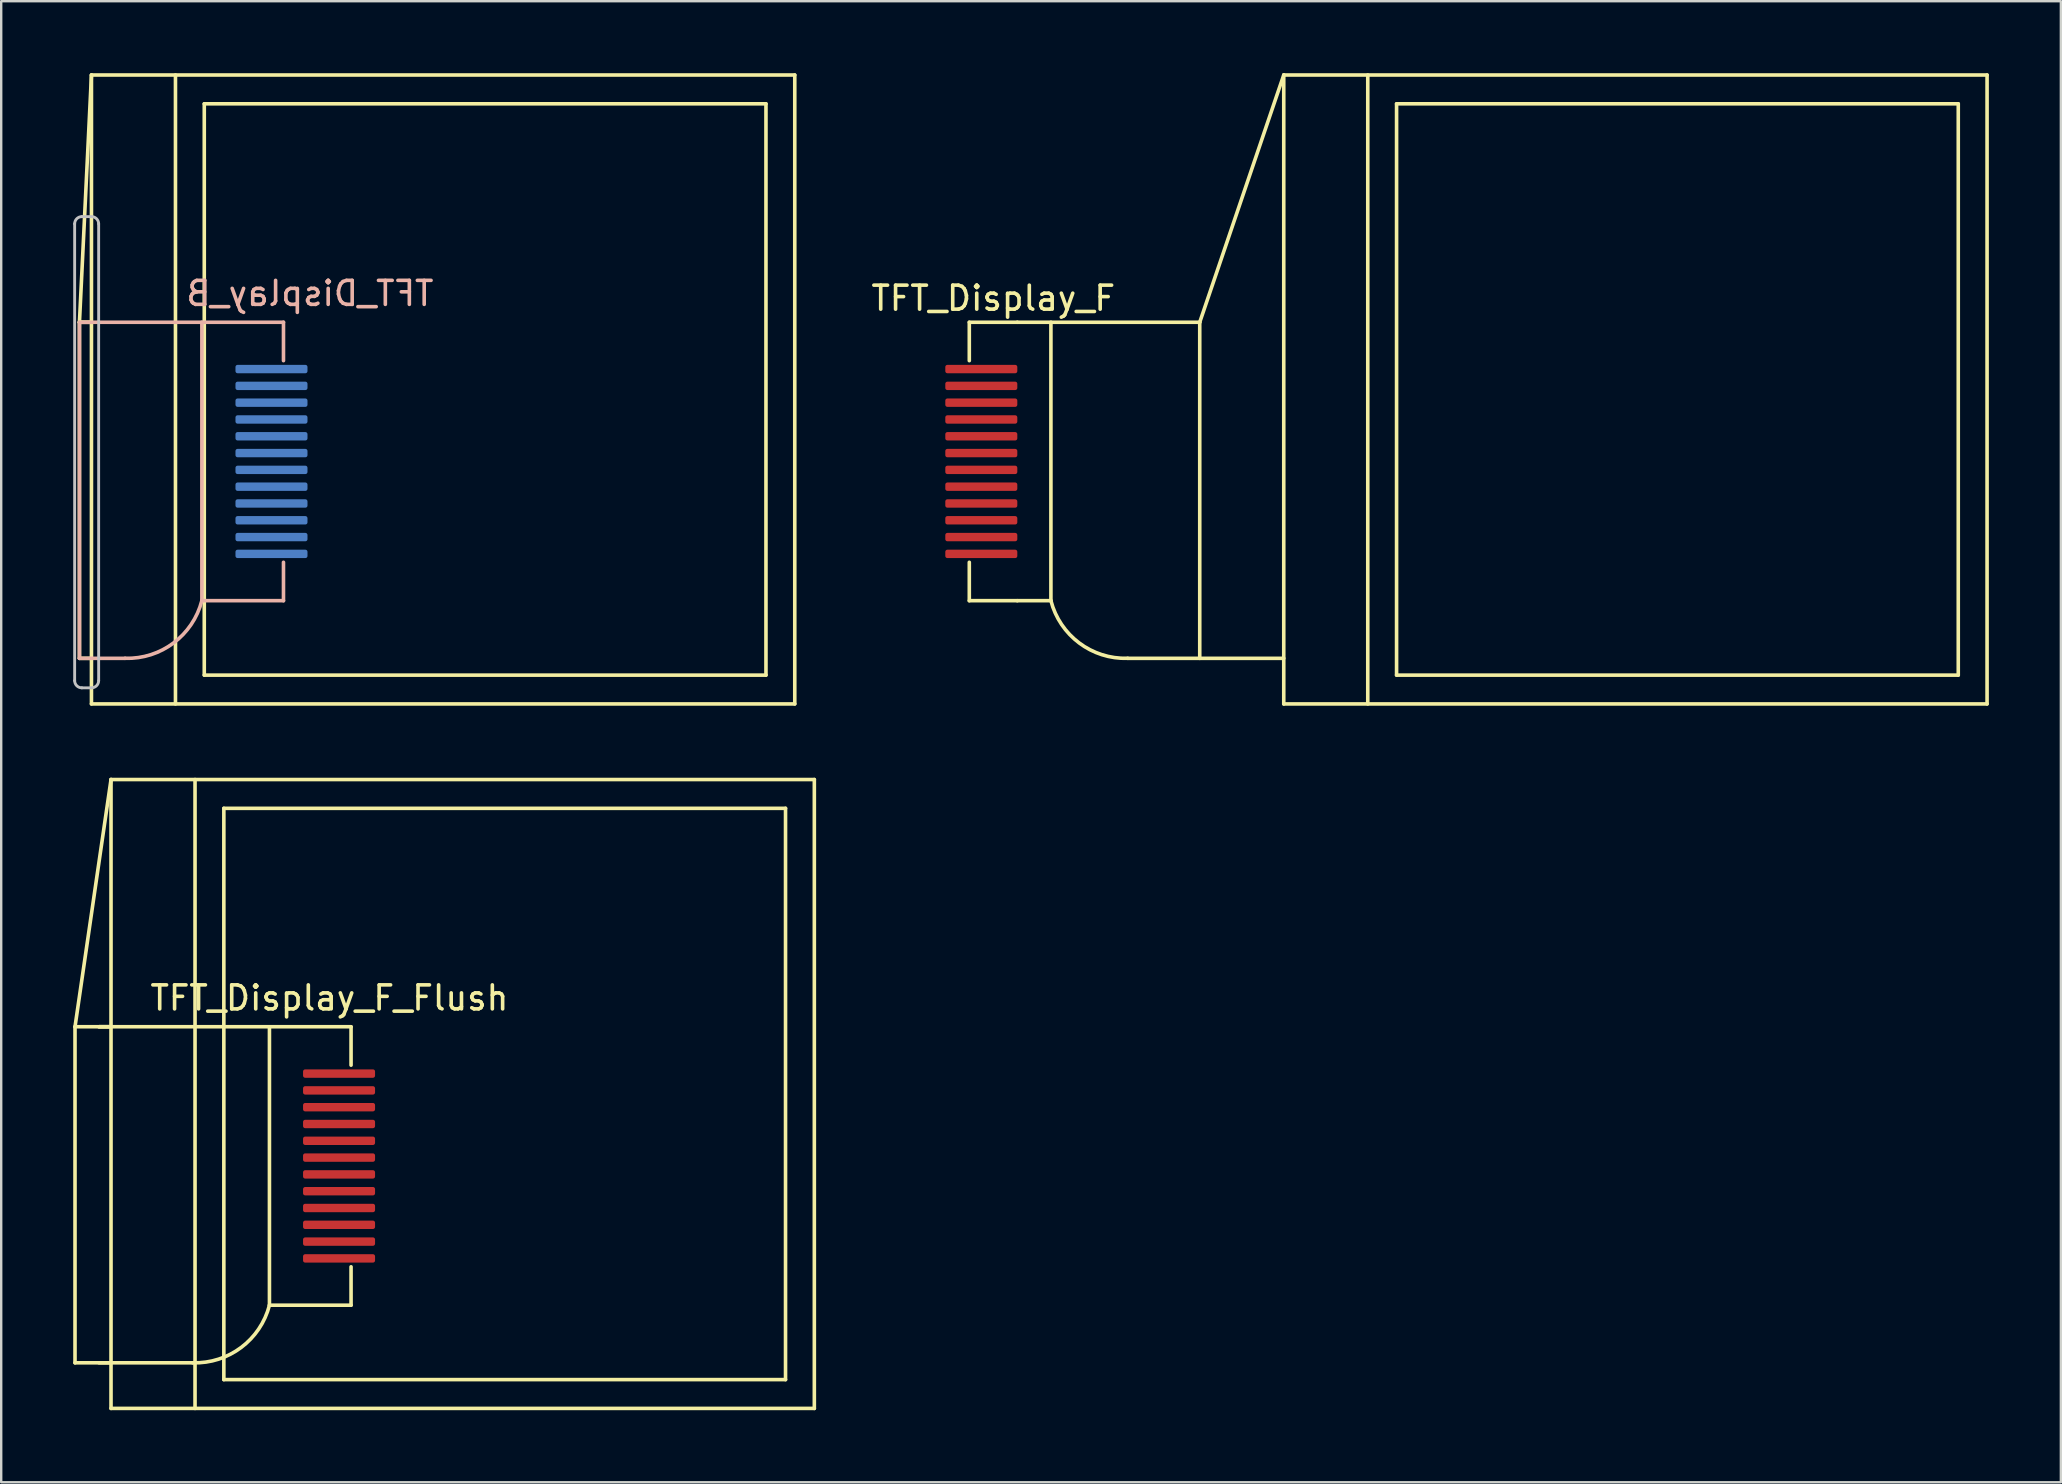
<source format=kicad_pcb>
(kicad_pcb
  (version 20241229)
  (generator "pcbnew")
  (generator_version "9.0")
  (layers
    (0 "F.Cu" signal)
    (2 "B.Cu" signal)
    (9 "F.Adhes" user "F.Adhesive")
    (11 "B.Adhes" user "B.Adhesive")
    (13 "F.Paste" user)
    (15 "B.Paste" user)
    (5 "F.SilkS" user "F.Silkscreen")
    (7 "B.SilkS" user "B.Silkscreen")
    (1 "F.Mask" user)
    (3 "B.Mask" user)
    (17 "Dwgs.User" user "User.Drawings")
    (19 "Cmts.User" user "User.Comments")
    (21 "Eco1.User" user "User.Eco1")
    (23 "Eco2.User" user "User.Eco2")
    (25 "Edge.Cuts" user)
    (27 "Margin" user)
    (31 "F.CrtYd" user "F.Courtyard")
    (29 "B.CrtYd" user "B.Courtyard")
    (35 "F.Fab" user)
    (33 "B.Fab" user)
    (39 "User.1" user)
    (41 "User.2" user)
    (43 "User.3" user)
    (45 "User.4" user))
  (footprint "TFT_Display_F_Flush"
    (layer "F.Cu")
    (at 16.975 43.525)
    (property "Reference" "TFT_Display_F_Flush" (at -6.3 -5 0) (layer "F.SilkS") (effects (font (size 1 1) (thickness 0.15))))
    (attr through_hole)
    (fp_line (start -16.9 -3.8) (end -16.9 10.2) (stroke (width 0.15) (type solid)) (layer "F.SilkS"))
    (fp_line (start -16.9 -3.8) (end -15.4 -14.1) (stroke (width 0.15) (type solid)) (layer "F.SilkS"))
    (fp_line (start -16.9 10.2) (end -15.4 10.2) (stroke (width 0.15) (type solid)) (layer "F.SilkS"))
    (fp_line (start -15.9 -3.8) (end -15.4 -3.8) (stroke (width 0.15) (type solid)) (layer "F.SilkS"))
    (fp_line (start -15.4 -14.1) (end -15.4 12.1) (stroke (width 0.15) (type solid)) (layer "F.SilkS"))
    (fp_line (start -15.4 -14.1) (end 13.9 -14.1) (stroke (width 0.15) (type solid)) (layer "F.SilkS"))
    (fp_line (start -15.4 -3.8) (end -15.9 -3.8) (stroke (width 0.15) (type solid)) (layer "F.SilkS"))
    (fp_line (start -12 10.2) (end -15.9 10.2) (stroke (width 0.15) (type solid)) (layer "F.SilkS"))
    (fp_line (start -11.9 12.1) (end -11.9 -14.1) (stroke (width 0.15) (type solid)) (layer "F.SilkS"))
    (fp_line (start -10.7 -12.9) (end 12.7 -12.9) (stroke (width 0.15) (type solid)) (layer "F.SilkS"))
    (fp_line (start -10.7 10.9) (end -10.7 -12.9) (stroke (width 0.15) (type solid)) (layer "F.SilkS"))
    (fp_line (start -8.8 7.8) (end -8.8 -3.8) (stroke (width 0.15) (type solid)) (layer "F.SilkS"))
    (fp_line (start -5.4 -3.8) (end -16.9 -3.8) (stroke (width 0.15) (type solid)) (layer "F.SilkS"))
    (fp_line (start -5.4 -2.2) (end -5.4 -3.8) (stroke (width 0.15) (type solid)) (layer "F.SilkS"))
    (fp_line (start -5.4 6.2) (end -5.4 7.8) (stroke (width 0.15) (type solid)) (layer "F.SilkS"))
    (fp_line (start -5.4 7.8) (end -8.8 7.8) (stroke (width 0.15) (type solid)) (layer "F.SilkS"))
    (fp_line (start 12.7 -12.9) (end 12.7 10.9) (stroke (width 0.15) (type solid)) (layer "F.SilkS"))
    (fp_line (start 12.7 10.9) (end -10.7 10.9) (stroke (width 0.15) (type solid)) (layer "F.SilkS"))
    (fp_line (start 13.9 -14.1) (end 13.9 12.1) (stroke (width 0.15) (type solid)) (layer "F.SilkS"))
    (fp_line (start 13.9 12.1) (end -15.4 12.1) (stroke (width 0.15) (type solid)) (layer "F.SilkS"))
    (fp_arc (start -8.8 7.8) (mid -9.978624 9.560921) (end -11.998903 10.200034) (stroke (width 0.15) (type solid)) (layer "F.SilkS"))
    (pad "1" smd roundrect (at -5.9 5.85) (size 3 0.35) (layers "F.Cu" "F.Mask" "F.Paste") (roundrect_rratio 0.25))
    (pad "2" smd roundrect (at -5.9 5.15) (size 3 0.35) (layers "F.Cu" "F.Mask" "F.Paste") (roundrect_rratio 0.25))
    (pad "3" smd roundrect (at -5.9 4.45) (size 3 0.35) (layers "F.Cu" "F.Mask" "F.Paste") (roundrect_rratio 0.25))
    (pad "4" smd roundrect (at -5.9 3.75) (size 3 0.35) (layers "F.Cu" "F.Mask" "F.Paste") (roundrect_rratio 0.25))
    (pad "5" smd roundrect (at -5.9 3.05) (size 3 0.35) (layers "F.Cu" "F.Mask" "F.Paste") (roundrect_rratio 0.25))
    (pad "6" smd roundrect (at -5.9 2.35) (size 3 0.35) (layers "F.Cu" "F.Mask" "F.Paste") (roundrect_rratio 0.25))
    (pad "7" smd roundrect (at -5.9 1.65) (size 3 0.35) (layers "F.Cu" "F.Mask" "F.Paste") (roundrect_rratio 0.25))
    (pad "8" smd roundrect (at -5.9 0.95) (size 3 0.35) (layers "F.Cu" "F.Mask" "F.Paste") (roundrect_rratio 0.25))
    (pad "9" smd roundrect (at -5.9 0.25) (size 3 0.35) (layers "F.Cu" "F.Mask" "F.Paste") (roundrect_rratio 0.25))
    (pad "10" smd roundrect (at -5.9 -0.45) (size 3 0.35) (layers "F.Cu" "F.Mask" "F.Paste") (roundrect_rratio 0.25))
    (pad "11" smd roundrect (at -5.9 -1.15) (size 3 0.35) (layers "F.Cu" "F.Mask" "F.Paste") (roundrect_rratio 0.25))
    (pad "12" smd roundrect (at -5.9 -1.85) (size 3 0.35) (layers "F.Cu" "F.Mask" "F.Paste") (roundrect_rratio 0.25)))
  (footprint "TFT_Display_F"
    (layer "F.Cu")
    (at 66.631 13.375)
    (property "Reference" "TFT_Display_F" (at -28.3 -4 0) (layer "F.SilkS") (effects (font (size 1 1) (thickness 0.15))))
    (attr through_hole)
    (fp_line (start -29.3 -3) (end -27.3 -3) (stroke (width 0.15) (type solid)) (layer "F.SilkS"))
    (fp_line (start -29.3 -1.4) (end -29.3 -3) (stroke (width 0.15) (type solid)) (layer "F.SilkS"))
    (fp_line (start -29.3 7) (end -29.3 8.6) (stroke (width 0.15) (type solid)) (layer "F.SilkS"))
    (fp_line (start -29.3 8.6) (end -27.3 8.6) (stroke (width 0.15) (type solid)) (layer "F.SilkS"))
    (fp_line (start -27.3 -3) (end -19.7 -3) (stroke (width 0.15) (type solid)) (layer "F.SilkS"))
    (fp_line (start -27.3 8.6) (end -25.9 8.6) (stroke (width 0.15) (type solid)) (layer "F.SilkS"))
    (fp_line (start -25.9 8.6) (end -25.9 -3) (stroke (width 0.15) (type solid)) (layer "F.SilkS"))
    (fp_line (start -19.7 -3) (end -19.7 11) (stroke (width 0.15) (type solid)) (layer "F.SilkS"))
    (fp_line (start -19.7 -3) (end -16.2 -13.3) (stroke (width 0.15) (type solid)) (layer "F.SilkS"))
    (fp_line (start -19.7 11) (end -22.7 11) (stroke (width 0.15) (type solid)) (layer "F.SilkS"))
    (fp_line (start -19.7 11) (end -16.2 11) (stroke (width 0.15) (type solid)) (layer "F.SilkS"))
    (fp_line (start -16.2 -13.3) (end -16.2 12.9) (stroke (width 0.15) (type solid)) (layer "F.SilkS"))
    (fp_line (start -16.2 -13.3) (end 13.1 -13.3) (stroke (width 0.15) (type solid)) (layer "F.SilkS"))
    (fp_line (start -12.7 12.9) (end -12.7 -13.3) (stroke (width 0.15) (type solid)) (layer "F.SilkS"))
    (fp_line (start -11.5 -12.1) (end 11.9 -12.1) (stroke (width 0.15) (type solid)) (layer "F.SilkS"))
    (fp_line (start -11.5 11.7) (end -11.5 -12.1) (stroke (width 0.15) (type solid)) (layer "F.SilkS"))
    (fp_line (start 11.9 -12.1) (end 11.9 11.7) (stroke (width 0.15) (type solid)) (layer "F.SilkS"))
    (fp_line (start 11.9 11.7) (end -11.5 11.7) (stroke (width 0.15) (type solid)) (layer "F.SilkS"))
    (fp_line (start 13.1 -13.3) (end 13.1 12.9) (stroke (width 0.15) (type solid)) (layer "F.SilkS"))
    (fp_line (start 13.1 12.9) (end -16.2 12.9) (stroke (width 0.15) (type solid)) (layer "F.SilkS"))
    (fp_arc (start -22.7 10.999999) (mid -24.720937 10.361249) (end -25.899999 8.599999) (stroke (width 0.15) (type solid)) (layer "F.SilkS"))
    (pad "1" smd roundrect (at -28.8 6.65) (size 3 0.35) (layers "F.Cu" "F.Mask" "F.Paste") (roundrect_rratio 0.25))
    (pad "2" smd roundrect (at -28.8 5.95) (size 3 0.35) (layers "F.Cu" "F.Mask" "F.Paste") (roundrect_rratio 0.25))
    (pad "3" smd roundrect (at -28.8 5.25) (size 3 0.35) (layers "F.Cu" "F.Mask" "F.Paste") (roundrect_rratio 0.25))
    (pad "4" smd roundrect (at -28.8 4.55) (size 3 0.35) (layers "F.Cu" "F.Mask" "F.Paste") (roundrect_rratio 0.25))
    (pad "5" smd roundrect (at -28.8 3.85) (size 3 0.35) (layers "F.Cu" "F.Mask" "F.Paste") (roundrect_rratio 0.25))
    (pad "6" smd roundrect (at -28.8 3.15) (size 3 0.35) (layers "F.Cu" "F.Mask" "F.Paste") (roundrect_rratio 0.25))
    (pad "7" smd roundrect (at -28.8 2.45) (size 3 0.35) (layers "F.Cu" "F.Mask" "F.Paste") (roundrect_rratio 0.25))
    (pad "8" smd roundrect (at -28.8 1.75) (size 3 0.35) (layers "F.Cu" "F.Mask" "F.Paste") (roundrect_rratio 0.25))
    (pad "9" smd roundrect (at -28.8 1.05) (size 3 0.35) (layers "F.Cu" "F.Mask" "F.Paste") (roundrect_rratio 0.25))
    (pad "10" smd roundrect (at -28.8 0.35) (size 3 0.35) (layers "F.Cu" "F.Mask" "F.Paste") (roundrect_rratio 0.25))
    (pad "11" smd roundrect (at -28.8 -0.35) (size 3 0.35) (layers "F.Cu" "F.Mask" "F.Paste") (roundrect_rratio 0.25))
    (pad "12" smd roundrect (at -28.8 -1.05) (size 3 0.35) (layers "F.Cu" "F.Mask" "F.Paste") (roundrect_rratio 0.25)))
  (footprint "TFT_Display_B"
    (layer "F.Cu")
    (at 16.16 14.175)
    (property "Reference" "TFT_Display_B" (at -6.3 -5 0) (layer "B.SilkS") (effects (font (size 1 1) (thickness 0.15)) (justify mirror)))
    (attr through_hole)
    (fp_line (start -15.9 -3.8) (end -15.9 10.2) (stroke (width 0.15) (type solid)) (layer "F.SilkS"))
    (fp_line (start -15.9 -3.8) (end -15.4 -14.1) (stroke (width 0.15) (type solid)) (layer "F.SilkS"))
    (fp_line (start -15.9 -3.8) (end -15.4 -3.8) (stroke (width 0.15) (type solid)) (layer "F.SilkS"))
    (fp_line (start -15.9 10.2) (end -15.4 10.2) (stroke (width 0.15) (type solid)) (layer "F.SilkS"))
    (fp_line (start -15.4 -14.1) (end -15.4 12.1) (stroke (width 0.15) (type solid)) (layer "F.SilkS"))
    (fp_line (start -15.4 -14.1) (end 13.9 -14.1) (stroke (width 0.15) (type solid)) (layer "F.SilkS"))
    (fp_line (start -15.4 -3.8) (end -15.9 -3.8) (stroke (width 0.15) (type solid)) (layer "F.SilkS"))
    (fp_line (start -11.9 12.1) (end -11.9 -14.1) (stroke (width 0.15) (type solid)) (layer "F.SilkS"))
    (fp_line (start -10.7 -12.9) (end 12.7 -12.9) (stroke (width 0.15) (type solid)) (layer "F.SilkS"))
    (fp_line (start -10.7 10.9) (end -10.7 -12.9) (stroke (width 0.15) (type solid)) (layer "F.SilkS"))
    (fp_line (start 12.7 -12.9) (end 12.7 10.9) (stroke (width 0.15) (type solid)) (layer "F.SilkS"))
    (fp_line (start 12.7 10.9) (end -10.7 10.9) (stroke (width 0.15) (type solid)) (layer "F.SilkS"))
    (fp_line (start 13.9 -14.1) (end 13.9 12.1) (stroke (width 0.15) (type solid)) (layer "F.SilkS"))
    (fp_line (start 13.9 12.1) (end -15.4 12.1) (stroke (width 0.15) (type solid)) (layer "F.SilkS"))
    (fp_line (start -15.9 -3.8) (end -15.9 10.2) (stroke (width 0.15) (type solid)) (layer "B.SilkS"))
    (fp_line (start -14 10.2) (end -15.9 10.2) (stroke (width 0.15) (type solid)) (layer "B.SilkS"))
    (fp_line (start -10.8 7.8) (end -10.8 -3.8) (stroke (width 0.15) (type solid)) (layer "B.SilkS"))
    (fp_line (start -7.4 -3.8) (end -15.9 -3.8) (stroke (width 0.15) (type solid)) (layer "B.SilkS"))
    (fp_line (start -7.4 -2.2) (end -7.4 -3.8) (stroke (width 0.15) (type solid)) (layer "B.SilkS"))
    (fp_line (start -7.4 6.2) (end -7.4 7.8) (stroke (width 0.15) (type solid)) (layer "B.SilkS"))
    (fp_line (start -7.4 7.8) (end -10.8 7.8) (stroke (width 0.15) (type solid)) (layer "B.SilkS"))
    (fp_arc (start -10.801097 7.799966) (mid -11.979721 9.560887) (end -14 10.2) (stroke (width 0.15) (type solid)) (layer "B.SilkS"))
    (fp_line (start -16.1 -7.9) (end -16.1 11.13) (stroke (width 0.12) (type solid)) (layer "Dwgs.User"))
    (fp_line (start -15.8 -8.2) (end -15.4 -8.2) (stroke (width 0.12) (type solid)) (layer "Dwgs.User"))
    (fp_line (start -15.8 11.43) (end -15.4 11.43) (stroke (width 0.12) (type solid)) (layer "Dwgs.User"))
    (fp_line (start -15.1 -7.9) (end -15.1 11.13) (stroke (width 0.12) (type solid)) (layer "Dwgs.User"))
    (fp_arc (start -16.1 -7.9) (mid -16.012132 -8.112132) (end -15.8 -8.2) (stroke (width 0.12) (type solid)) (layer "Dwgs.User"))
    (fp_arc (start -15.8 11.43) (mid -16.012132 11.342132) (end -16.1 11.13) (stroke (width 0.12) (type solid)) (layer "Dwgs.User"))
    (fp_arc (start -15.4 -8.2) (mid -15.187868 -8.112132) (end -15.1 -7.9) (stroke (width 0.12) (type solid)) (layer "Dwgs.User"))
    (fp_arc (start -15.1 11.13) (mid -15.187868 11.342132) (end -15.4 11.43) (stroke (width 0.12) (type solid)) (layer "Dwgs.User"))
    (pad "1" smd roundrect (at -7.9 5.85) (size 3 0.35) (layers "B.Cu" "B.Mask" "B.Paste") (roundrect_rratio 0.25))
    (pad "2" smd roundrect (at -7.9 5.15) (size 3 0.35) (layers "B.Cu" "B.Mask" "B.Paste") (roundrect_rratio 0.25))
    (pad "3" smd roundrect (at -7.9 4.45) (size 3 0.35) (layers "B.Cu" "B.Mask" "B.Paste") (roundrect_rratio 0.25))
    (pad "4" smd roundrect (at -7.9 3.75) (size 3 0.35) (layers "B.Cu" "B.Mask" "B.Paste") (roundrect_rratio 0.25))
    (pad "5" smd roundrect (at -7.9 3.05) (size 3 0.35) (layers "B.Cu" "B.Mask" "B.Paste") (roundrect_rratio 0.25))
    (pad "6" smd roundrect (at -7.9 2.35) (size 3 0.35) (layers "B.Cu" "B.Mask" "B.Paste") (roundrect_rratio 0.25))
    (pad "7" smd roundrect (at -7.9 1.65) (size 3 0.35) (layers "B.Cu" "B.Mask" "B.Paste") (roundrect_rratio 0.25))
    (pad "8" smd roundrect (at -7.9 0.95) (size 3 0.35) (layers "B.Cu" "B.Mask" "B.Paste") (roundrect_rratio 0.25))
    (pad "9" smd roundrect (at -7.9 0.25) (size 3 0.35) (layers "B.Cu" "B.Mask" "B.Paste") (roundrect_rratio 0.25))
    (pad "10" smd roundrect (at -7.9 -0.45) (size 3 0.35) (layers "B.Cu" "B.Mask" "B.Paste") (roundrect_rratio 0.25))
    (pad "11" smd roundrect (at -7.9 -1.15) (size 3 0.35) (layers "B.Cu" "B.Mask" "B.Paste") (roundrect_rratio 0.25))
    (pad "12" smd roundrect (at -7.9 -1.85) (size 3 0.35) (layers "B.Cu" "B.Mask" "B.Paste") (roundrect_rratio 0.25)))
  (gr_rect
    (start -3 -3)
    (end 82.806 58.7)
    (stroke (width 0.1) (type default))
    (fill no)
    (layer "Edge.Cuts")))
</source>
